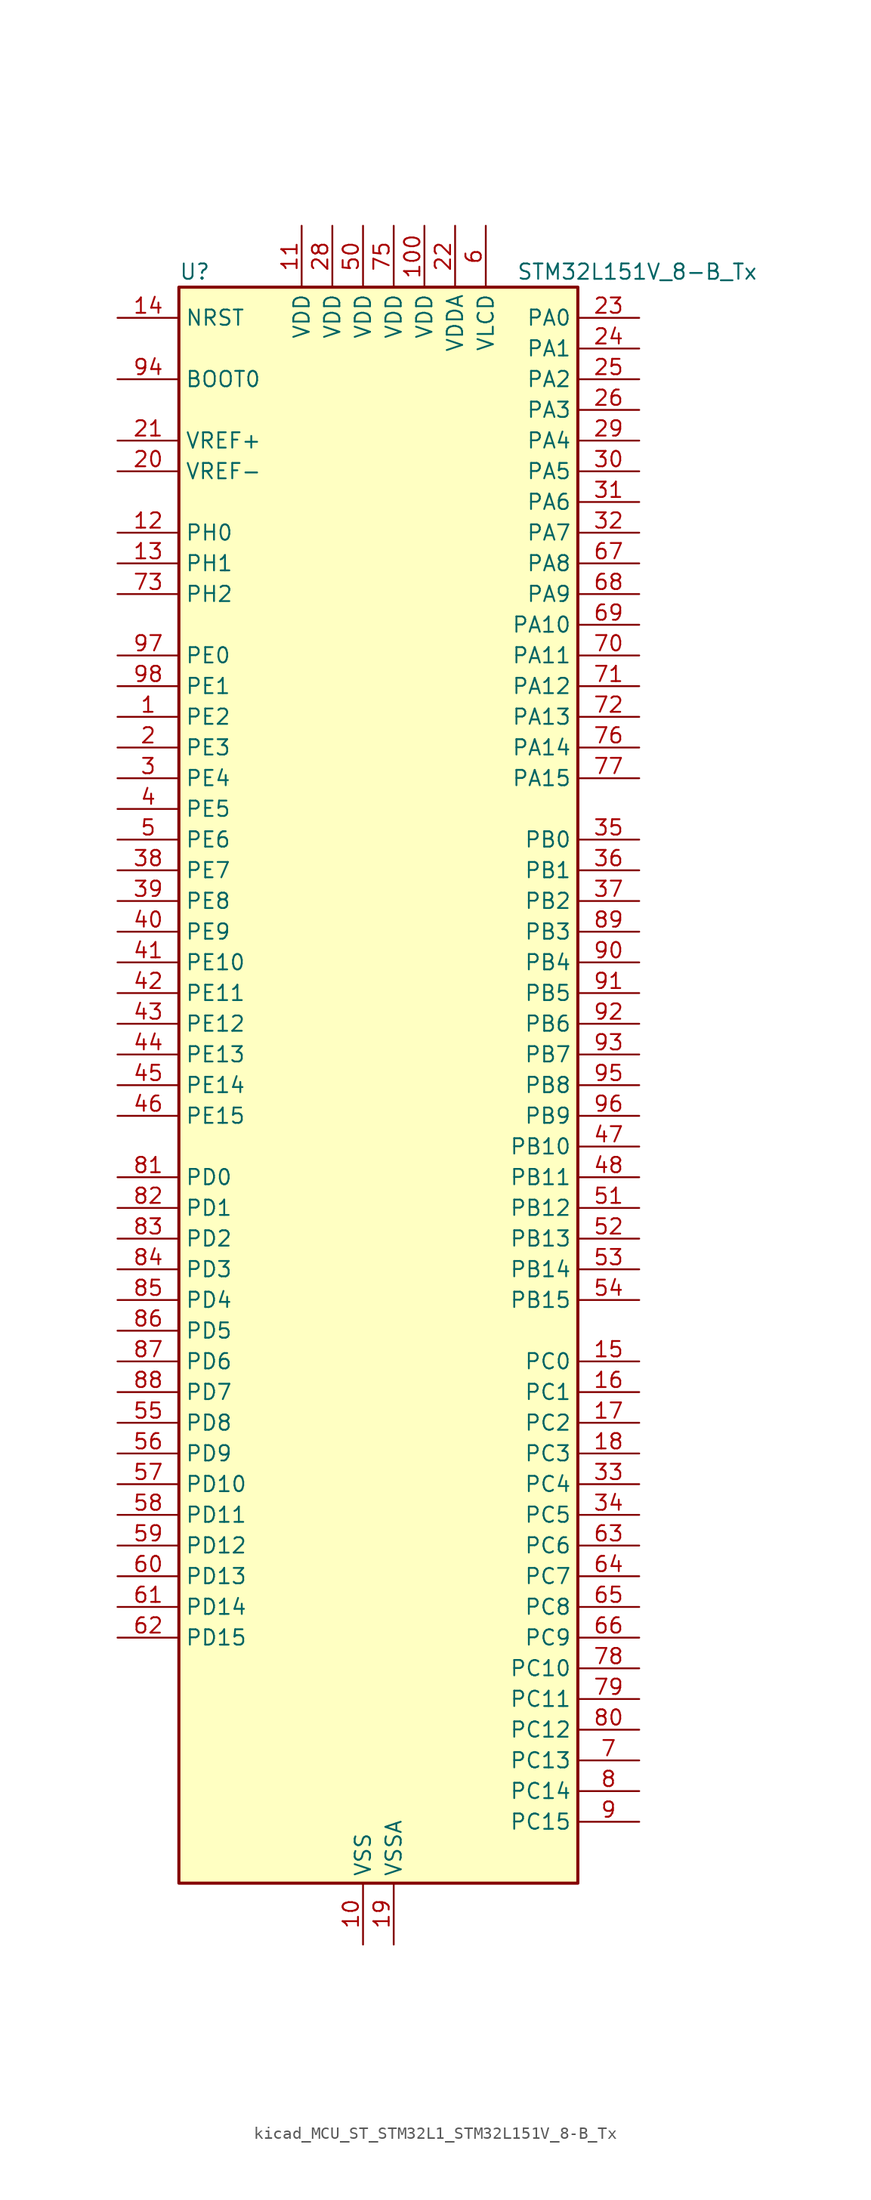
<source format=kicad_sym>
(kicad_symbol_lib
  (version 20220914)
  (generator kicad_symbol_editor)
  (symbol "kicad_MCU_ST_STM32L1_STM32L151V_8-B_Tx"
    (property "Reference" "U"
      (at -15.24 67.31 0)
      (effects (font (size 1.27 1.27)) (justify left)))
    (property "Value" "STM32L151V_8-B_Tx"
      (at 12.7 67.31 0)
      (effects (font (size 1.27 1.27)) (justify left)))
    (property "ki_locked" ""
      (at 0 0 0)
      (effects (font (size 1.27 1.27))))
    (symbol "kicad_MCU_ST_STM32L1_STM32L151V_8-B_Tx_0_1"
      (rectangle (start -15.24 -66.04) (end 17.78 66.04) (stroke (width 0.254) (type default)) (fill (type background))))
    (symbol "kicad_MCU_ST_STM32L1_STM32L151V_8-B_Tx_1_1"
      (pin bidirectional line (at -20.32 30.48 0) (length 5.08) (name "PE2" (effects (font (size 1.27 1.27)))) (number "1" (effects (font (size 1.27 1.27)))) (alternate "SYS_TRACECK" bidirectional line) (alternate "TIM3_ETR" bidirectional line) (alternate "TIMX_IC3" bidirectional line))
      (pin power_in line (at 0 -71.12 90) (length 5.08) (name "VSS" (effects (font (size 1.27 1.27)))) (number "10" (effects (font (size 1.27 1.27)))))
      (pin power_in line (at 5.08 71.12 270) (length 5.08) (name "VDD" (effects (font (size 1.27 1.27)))) (number "100" (effects (font (size 1.27 1.27)))))
      (pin power_in line (at -5.08 71.12 270) (length 5.08) (name "VDD" (effects (font (size 1.27 1.27)))) (number "11" (effects (font (size 1.27 1.27)))))
      (pin bidirectional line (at -20.32 45.72 0) (length 5.08) (name "PH0" (effects (font (size 1.27 1.27)))) (number "12" (effects (font (size 1.27 1.27)))) (alternate "RCC_OSC_IN" bidirectional line))
      (pin bidirectional line (at -20.32 43.18 0) (length 5.08) (name "PH1" (effects (font (size 1.27 1.27)))) (number "13" (effects (font (size 1.27 1.27)))) (alternate "RCC_OSC_OUT" bidirectional line))
      (pin input line (at -20.32 63.5 0) (length 5.08) (name "NRST" (effects (font (size 1.27 1.27)))) (number "14" (effects (font (size 1.27 1.27)))))
      (pin bidirectional line (at 22.86 -22.86 180) (length 5.08) (name "PC0" (effects (font (size 1.27 1.27)))) (number "15" (effects (font (size 1.27 1.27)))) (alternate "ADC_IN10" bidirectional line) (alternate "COMP1_INP" bidirectional line) (alternate "TIMX_IC1" bidirectional line) (alternate "TS_G8_IO1" bidirectional line))
      (pin bidirectional line (at 22.86 -25.4 180) (length 5.08) (name "PC1" (effects (font (size 1.27 1.27)))) (number "16" (effects (font (size 1.27 1.27)))) (alternate "ADC_IN11" bidirectional line) (alternate "COMP1_INP" bidirectional line) (alternate "TIMX_IC2" bidirectional line) (alternate "TS_G8_IO2" bidirectional line))
      (pin bidirectional line (at 22.86 -27.94 180) (length 5.08) (name "PC2" (effects (font (size 1.27 1.27)))) (number "17" (effects (font (size 1.27 1.27)))) (alternate "ADC_IN12" bidirectional line) (alternate "COMP1_INP" bidirectional line) (alternate "TIMX_IC3" bidirectional line) (alternate "TS_G8_IO3" bidirectional line))
      (pin bidirectional line (at 22.86 -30.48 180) (length 5.08) (name "PC3" (effects (font (size 1.27 1.27)))) (number "18" (effects (font (size 1.27 1.27)))) (alternate "ADC_IN13" bidirectional line) (alternate "COMP1_INP" bidirectional line) (alternate "TIMX_IC4" bidirectional line) (alternate "TS_G8_IO4" bidirectional line))
      (pin power_in line (at 2.54 -71.12 90) (length 5.08) (name "VSSA" (effects (font (size 1.27 1.27)))) (number "19" (effects (font (size 1.27 1.27)))))
      (pin bidirectional line (at -20.32 27.94 0) (length 5.08) (name "PE3" (effects (font (size 1.27 1.27)))) (number "2" (effects (font (size 1.27 1.27)))) (alternate "SYS_TRACED0" bidirectional line) (alternate "TIM3_CH1" bidirectional line) (alternate "TIMX_IC4" bidirectional line))
      (pin input line (at -20.32 50.8 0) (length 5.08) (name "VREF-" (effects (font (size 1.27 1.27)))) (number "20" (effects (font (size 1.27 1.27)))))
      (pin input line (at -20.32 53.34 0) (length 5.08) (name "VREF+" (effects (font (size 1.27 1.27)))) (number "21" (effects (font (size 1.27 1.27)))))
      (pin power_in line (at 7.62 71.12 270) (length 5.08) (name "VDDA" (effects (font (size 1.27 1.27)))) (number "22" (effects (font (size 1.27 1.27)))))
      (pin bidirectional line (at 22.86 63.5 180) (length 5.08) (name "PA0" (effects (font (size 1.27 1.27)))) (number "23" (effects (font (size 1.27 1.27)))) (alternate "ADC_IN0" bidirectional line) (alternate "COMP1_INP" bidirectional line) (alternate "SYS_WKUP1" bidirectional line) (alternate "TIM2_CH1" bidirectional line) (alternate "TIM2_ETR" bidirectional line) (alternate "TIMX_IC1" bidirectional line) (alternate "TS_G1_IO1" bidirectional line) (alternate "USART2_CTS" bidirectional line))
      (pin bidirectional line (at 22.86 60.96 180) (length 5.08) (name "PA1" (effects (font (size 1.27 1.27)))) (number "24" (effects (font (size 1.27 1.27)))) (alternate "ADC_IN1" bidirectional line) (alternate "COMP1_INP" bidirectional line) (alternate "TIM2_CH2" bidirectional line) (alternate "TIMX_IC2" bidirectional line) (alternate "TS_G1_IO2" bidirectional line) (alternate "USART2_RTS" bidirectional line))
      (pin bidirectional line (at 22.86 58.42 180) (length 5.08) (name "PA2" (effects (font (size 1.27 1.27)))) (number "25" (effects (font (size 1.27 1.27)))) (alternate "ADC_IN2" bidirectional line) (alternate "COMP1_INP" bidirectional line) (alternate "TIM2_CH3" bidirectional line) (alternate "TIM9_CH1" bidirectional line) (alternate "TIMX_IC3" bidirectional line) (alternate "TS_G1_IO3" bidirectional line) (alternate "USART2_TX" bidirectional line))
      (pin bidirectional line (at 22.86 55.88 180) (length 5.08) (name "PA3" (effects (font (size 1.27 1.27)))) (number "26" (effects (font (size 1.27 1.27)))) (alternate "ADC_IN3" bidirectional line) (alternate "COMP1_INP" bidirectional line) (alternate "TIM2_CH4" bidirectional line) (alternate "TIM9_CH2" bidirectional line) (alternate "TIMX_IC4" bidirectional line) (alternate "TS_G1_IO4" bidirectional line) (alternate "USART2_RX" bidirectional line))
      (pin passive line (at 0 -71.12 90) (length 5.08) hide (name "VSS" (effects (font (size 1.27 1.27)))) (number "27" (effects (font (size 1.27 1.27)))))
      (pin power_in line (at -2.54 71.12 270) (length 5.08) (name "VDD" (effects (font (size 1.27 1.27)))) (number "28" (effects (font (size 1.27 1.27)))))
      (pin bidirectional line (at 22.86 53.34 180) (length 5.08) (name "PA4" (effects (font (size 1.27 1.27)))) (number "29" (effects (font (size 1.27 1.27)))) (alternate "ADC_IN4" bidirectional line) (alternate "COMP1_INP" bidirectional line) (alternate "DAC_OUT1" bidirectional line) (alternate "SPI1_NSS" bidirectional line) (alternate "TIMX_IC1" bidirectional line) (alternate "USART2_CK" bidirectional line))
      (pin bidirectional line (at -20.32 25.4 0) (length 5.08) (name "PE4" (effects (font (size 1.27 1.27)))) (number "3" (effects (font (size 1.27 1.27)))) (alternate "SYS_TRACED1" bidirectional line) (alternate "TIM3_CH2" bidirectional line) (alternate "TIMX_IC1" bidirectional line))
      (pin bidirectional line (at 22.86 50.8 180) (length 5.08) (name "PA5" (effects (font (size 1.27 1.27)))) (number "30" (effects (font (size 1.27 1.27)))) (alternate "ADC_IN5" bidirectional line) (alternate "COMP1_INP" bidirectional line) (alternate "DAC_OUT2" bidirectional line) (alternate "SPI1_SCK" bidirectional line) (alternate "TIM2_CH1" bidirectional line) (alternate "TIM2_ETR" bidirectional line) (alternate "TIMX_IC2" bidirectional line))
      (pin bidirectional line (at 22.86 48.26 180) (length 5.08) (name "PA6" (effects (font (size 1.27 1.27)))) (number "31" (effects (font (size 1.27 1.27)))) (alternate "ADC_IN6" bidirectional line) (alternate "COMP1_INP" bidirectional line) (alternate "SPI1_MISO" bidirectional line) (alternate "TIM10_CH1" bidirectional line) (alternate "TIM3_CH1" bidirectional line) (alternate "TIMX_IC3" bidirectional line) (alternate "TS_G2_IO1" bidirectional line))
      (pin bidirectional line (at 22.86 45.72 180) (length 5.08) (name "PA7" (effects (font (size 1.27 1.27)))) (number "32" (effects (font (size 1.27 1.27)))) (alternate "ADC_IN7" bidirectional line) (alternate "COMP1_INP" bidirectional line) (alternate "SPI1_MOSI" bidirectional line) (alternate "TIM11_CH1" bidirectional line) (alternate "TIM3_CH2" bidirectional line) (alternate "TIMX_IC4" bidirectional line) (alternate "TS_G2_IO2" bidirectional line))
      (pin bidirectional line (at 22.86 -33.02 180) (length 5.08) (name "PC4" (effects (font (size 1.27 1.27)))) (number "33" (effects (font (size 1.27 1.27)))) (alternate "ADC_IN14" bidirectional line) (alternate "COMP1_INP" bidirectional line) (alternate "TIMX_IC1" bidirectional line) (alternate "TS_G9_IO1" bidirectional line))
      (pin bidirectional line (at 22.86 -35.56 180) (length 5.08) (name "PC5" (effects (font (size 1.27 1.27)))) (number "34" (effects (font (size 1.27 1.27)))) (alternate "ADC_IN15" bidirectional line) (alternate "COMP1_INP" bidirectional line) (alternate "TIMX_IC2" bidirectional line) (alternate "TS_G9_IO2" bidirectional line))
      (pin bidirectional line (at 22.86 20.32 180) (length 5.08) (name "PB0" (effects (font (size 1.27 1.27)))) (number "35" (effects (font (size 1.27 1.27)))) (alternate "ADC_IN8" bidirectional line) (alternate "COMP1_INP" bidirectional line) (alternate "SYS_V_REF_OUT" bidirectional line) (alternate "TIM3_CH3" bidirectional line) (alternate "TS_G3_IO1" bidirectional line))
      (pin bidirectional line (at 22.86 17.78 180) (length 5.08) (name "PB1" (effects (font (size 1.27 1.27)))) (number "36" (effects (font (size 1.27 1.27)))) (alternate "ADC_IN9" bidirectional line) (alternate "COMP1_INP" bidirectional line) (alternate "SYS_V_REF_OUT" bidirectional line) (alternate "TIM3_CH4" bidirectional line) (alternate "TS_G3_IO2" bidirectional line))
      (pin bidirectional line (at 22.86 15.24 180) (length 5.08) (name "PB2" (effects (font (size 1.27 1.27)))) (number "37" (effects (font (size 1.27 1.27)))))
      (pin bidirectional line (at -20.32 17.78 0) (length 5.08) (name "PE7" (effects (font (size 1.27 1.27)))) (number "38" (effects (font (size 1.27 1.27)))) (alternate "ADC_IN22" bidirectional line) (alternate "COMP1_INP" bidirectional line) (alternate "TIMX_IC4" bidirectional line))
      (pin bidirectional line (at -20.32 15.24 0) (length 5.08) (name "PE8" (effects (font (size 1.27 1.27)))) (number "39" (effects (font (size 1.27 1.27)))) (alternate "ADC_IN23" bidirectional line) (alternate "COMP1_INP" bidirectional line) (alternate "TIMX_IC1" bidirectional line))
      (pin bidirectional line (at -20.32 22.86 0) (length 5.08) (name "PE5" (effects (font (size 1.27 1.27)))) (number "4" (effects (font (size 1.27 1.27)))) (alternate "SYS_TRACED2" bidirectional line) (alternate "TIM9_CH1" bidirectional line) (alternate "TIMX_IC2" bidirectional line))
      (pin bidirectional line (at -20.32 12.7 0) (length 5.08) (name "PE9" (effects (font (size 1.27 1.27)))) (number "40" (effects (font (size 1.27 1.27)))) (alternate "ADC_IN24" bidirectional line) (alternate "COMP1_INP" bidirectional line) (alternate "DAC_EXTI9" bidirectional line) (alternate "TIM2_CH1" bidirectional line) (alternate "TIM2_ETR" bidirectional line) (alternate "TIMX_IC2" bidirectional line))
      (pin bidirectional line (at -20.32 10.16 0) (length 5.08) (name "PE10" (effects (font (size 1.27 1.27)))) (number "41" (effects (font (size 1.27 1.27)))) (alternate "ADC_IN25" bidirectional line) (alternate "COMP1_INP" bidirectional line) (alternate "TIM2_CH2" bidirectional line) (alternate "TIMX_IC3" bidirectional line))
      (pin bidirectional line (at -20.32 7.62 0) (length 5.08) (name "PE11" (effects (font (size 1.27 1.27)))) (number "42" (effects (font (size 1.27 1.27)))) (alternate "ADC_EXTI11" bidirectional line) (alternate "TIM2_CH3" bidirectional line) (alternate "TIMX_IC4" bidirectional line))
      (pin bidirectional line (at -20.32 5.08 0) (length 5.08) (name "PE12" (effects (font (size 1.27 1.27)))) (number "43" (effects (font (size 1.27 1.27)))) (alternate "SPI1_NSS" bidirectional line) (alternate "TIM2_CH4" bidirectional line) (alternate "TIMX_IC1" bidirectional line))
      (pin bidirectional line (at -20.32 2.54 0) (length 5.08) (name "PE13" (effects (font (size 1.27 1.27)))) (number "44" (effects (font (size 1.27 1.27)))) (alternate "SPI1_SCK" bidirectional line) (alternate "TIMX_IC2" bidirectional line))
      (pin bidirectional line (at -20.32 0 0) (length 5.08) (name "PE14" (effects (font (size 1.27 1.27)))) (number "45" (effects (font (size 1.27 1.27)))) (alternate "SPI1_MISO" bidirectional line) (alternate "TIMX_IC3" bidirectional line))
      (pin bidirectional line (at -20.32 -2.54 0) (length 5.08) (name "PE15" (effects (font (size 1.27 1.27)))) (number "46" (effects (font (size 1.27 1.27)))) (alternate "ADC_EXTI15" bidirectional line) (alternate "SPI1_MOSI" bidirectional line) (alternate "TIMX_IC4" bidirectional line))
      (pin bidirectional line (at 22.86 -5.08 180) (length 5.08) (name "PB10" (effects (font (size 1.27 1.27)))) (number "47" (effects (font (size 1.27 1.27)))) (alternate "I2C2_SCL" bidirectional line) (alternate "TIM2_CH3" bidirectional line) (alternate "USART3_TX" bidirectional line))
      (pin bidirectional line (at 22.86 -7.62 180) (length 5.08) (name "PB11" (effects (font (size 1.27 1.27)))) (number "48" (effects (font (size 1.27 1.27)))) (alternate "ADC_EXTI11" bidirectional line) (alternate "I2C2_SDA" bidirectional line) (alternate "TIM2_CH4" bidirectional line) (alternate "USART3_RX" bidirectional line))
      (pin passive line (at 0 -71.12 90) (length 5.08) hide (name "VSS" (effects (font (size 1.27 1.27)))) (number "49" (effects (font (size 1.27 1.27)))))
      (pin bidirectional line (at -20.32 20.32 0) (length 5.08) (name "PE6" (effects (font (size 1.27 1.27)))) (number "5" (effects (font (size 1.27 1.27)))) (alternate "SYS_TRACED3" bidirectional line) (alternate "SYS_WKUP3" bidirectional line) (alternate "TIM9_CH2" bidirectional line) (alternate "TIMX_IC3" bidirectional line))
      (pin power_in line (at 0 71.12 270) (length 5.08) (name "VDD" (effects (font (size 1.27 1.27)))) (number "50" (effects (font (size 1.27 1.27)))))
      (pin bidirectional line (at 22.86 -10.16 180) (length 5.08) (name "PB12" (effects (font (size 1.27 1.27)))) (number "51" (effects (font (size 1.27 1.27)))) (alternate "ADC_IN18" bidirectional line) (alternate "COMP1_INP" bidirectional line) (alternate "I2C2_SMBA" bidirectional line) (alternate "SPI2_NSS" bidirectional line) (alternate "TIM10_CH1" bidirectional line) (alternate "TS_G7_IO1" bidirectional line) (alternate "USART3_CK" bidirectional line))
      (pin bidirectional line (at 22.86 -12.7 180) (length 5.08) (name "PB13" (effects (font (size 1.27 1.27)))) (number "52" (effects (font (size 1.27 1.27)))) (alternate "ADC_IN19" bidirectional line) (alternate "COMP1_INP" bidirectional line) (alternate "SPI2_SCK" bidirectional line) (alternate "TIM9_CH1" bidirectional line) (alternate "TS_G7_IO2" bidirectional line) (alternate "USART3_CTS" bidirectional line))
      (pin bidirectional line (at 22.86 -15.24 180) (length 5.08) (name "PB14" (effects (font (size 1.27 1.27)))) (number "53" (effects (font (size 1.27 1.27)))) (alternate "ADC_IN20" bidirectional line) (alternate "COMP1_INP" bidirectional line) (alternate "SPI2_MISO" bidirectional line) (alternate "TIM9_CH2" bidirectional line) (alternate "TS_G7_IO3" bidirectional line) (alternate "USART3_RTS" bidirectional line))
      (pin bidirectional line (at 22.86 -17.78 180) (length 5.08) (name "PB15" (effects (font (size 1.27 1.27)))) (number "54" (effects (font (size 1.27 1.27)))) (alternate "ADC_EXTI15" bidirectional line) (alternate "ADC_IN21" bidirectional line) (alternate "COMP1_INP" bidirectional line) (alternate "RTC_REFIN" bidirectional line) (alternate "SPI2_MOSI" bidirectional line) (alternate "TIM11_CH1" bidirectional line) (alternate "TS_G7_IO4" bidirectional line))
      (pin bidirectional line (at -20.32 -27.94 0) (length 5.08) (name "PD8" (effects (font (size 1.27 1.27)))) (number "55" (effects (font (size 1.27 1.27)))) (alternate "TIMX_IC1" bidirectional line) (alternate "USART3_TX" bidirectional line))
      (pin bidirectional line (at -20.32 -30.48 0) (length 5.08) (name "PD9" (effects (font (size 1.27 1.27)))) (number "56" (effects (font (size 1.27 1.27)))) (alternate "DAC_EXTI9" bidirectional line) (alternate "TIMX_IC2" bidirectional line) (alternate "USART3_RX" bidirectional line))
      (pin bidirectional line (at -20.32 -33.02 0) (length 5.08) (name "PD10" (effects (font (size 1.27 1.27)))) (number "57" (effects (font (size 1.27 1.27)))) (alternate "TIMX_IC3" bidirectional line) (alternate "USART3_CK" bidirectional line))
      (pin bidirectional line (at -20.32 -35.56 0) (length 5.08) (name "PD11" (effects (font (size 1.27 1.27)))) (number "58" (effects (font (size 1.27 1.27)))) (alternate "ADC_EXTI11" bidirectional line) (alternate "TIMX_IC4" bidirectional line) (alternate "USART3_CTS" bidirectional line))
      (pin bidirectional line (at -20.32 -38.1 0) (length 5.08) (name "PD12" (effects (font (size 1.27 1.27)))) (number "59" (effects (font (size 1.27 1.27)))) (alternate "TIM4_CH1" bidirectional line) (alternate "TIMX_IC1" bidirectional line) (alternate "USART3_RTS" bidirectional line))
      (pin power_in line (at 10.16 71.12 270) (length 5.08) (name "VLCD" (effects (font (size 1.27 1.27)))) (number "6" (effects (font (size 1.27 1.27)))))
      (pin bidirectional line (at -20.32 -40.64 0) (length 5.08) (name "PD13" (effects (font (size 1.27 1.27)))) (number "60" (effects (font (size 1.27 1.27)))) (alternate "TIM4_CH2" bidirectional line) (alternate "TIMX_IC2" bidirectional line))
      (pin bidirectional line (at -20.32 -43.18 0) (length 5.08) (name "PD14" (effects (font (size 1.27 1.27)))) (number "61" (effects (font (size 1.27 1.27)))) (alternate "TIM4_CH3" bidirectional line) (alternate "TIMX_IC3" bidirectional line))
      (pin bidirectional line (at -20.32 -45.72 0) (length 5.08) (name "PD15" (effects (font (size 1.27 1.27)))) (number "62" (effects (font (size 1.27 1.27)))) (alternate "ADC_EXTI15" bidirectional line) (alternate "TIM4_CH4" bidirectional line) (alternate "TIMX_IC4" bidirectional line))
      (pin bidirectional line (at 22.86 -38.1 180) (length 5.08) (name "PC6" (effects (font (size 1.27 1.27)))) (number "63" (effects (font (size 1.27 1.27)))) (alternate "TIM3_CH1" bidirectional line) (alternate "TIMX_IC3" bidirectional line) (alternate "TS_G10_IO1" bidirectional line))
      (pin bidirectional line (at 22.86 -40.64 180) (length 5.08) (name "PC7" (effects (font (size 1.27 1.27)))) (number "64" (effects (font (size 1.27 1.27)))) (alternate "TIM3_CH2" bidirectional line) (alternate "TIMX_IC4" bidirectional line) (alternate "TS_G10_IO2" bidirectional line))
      (pin bidirectional line (at 22.86 -43.18 180) (length 5.08) (name "PC8" (effects (font (size 1.27 1.27)))) (number "65" (effects (font (size 1.27 1.27)))) (alternate "TIM3_CH3" bidirectional line) (alternate "TIMX_IC1" bidirectional line) (alternate "TS_G10_IO3" bidirectional line))
      (pin bidirectional line (at 22.86 -45.72 180) (length 5.08) (name "PC9" (effects (font (size 1.27 1.27)))) (number "66" (effects (font (size 1.27 1.27)))) (alternate "DAC_EXTI9" bidirectional line) (alternate "TIM3_CH4" bidirectional line) (alternate "TIMX_IC2" bidirectional line) (alternate "TS_G10_IO4" bidirectional line))
      (pin bidirectional line (at 22.86 43.18 180) (length 5.08) (name "PA8" (effects (font (size 1.27 1.27)))) (number "67" (effects (font (size 1.27 1.27)))) (alternate "RCC_MCO" bidirectional line) (alternate "TIMX_IC1" bidirectional line) (alternate "TS_G4_IO1" bidirectional line) (alternate "USART1_CK" bidirectional line))
      (pin bidirectional line (at 22.86 40.64 180) (length 5.08) (name "PA9" (effects (font (size 1.27 1.27)))) (number "68" (effects (font (size 1.27 1.27)))) (alternate "DAC_EXTI9" bidirectional line) (alternate "TIMX_IC2" bidirectional line) (alternate "TS_G4_IO2" bidirectional line) (alternate "USART1_TX" bidirectional line))
      (pin bidirectional line (at 22.86 38.1 180) (length 5.08) (name "PA10" (effects (font (size 1.27 1.27)))) (number "69" (effects (font (size 1.27 1.27)))) (alternate "TIMX_IC3" bidirectional line) (alternate "TS_G4_IO3" bidirectional line) (alternate "USART1_RX" bidirectional line))
      (pin bidirectional line (at 22.86 -55.88 180) (length 5.08) (name "PC13" (effects (font (size 1.27 1.27)))) (number "7" (effects (font (size 1.27 1.27)))) (alternate "RTC_OUT_ALARM" bidirectional line) (alternate "RTC_OUT_CALIB" bidirectional line) (alternate "RTC_TAMP1" bidirectional line) (alternate "RTC_TS" bidirectional line) (alternate "SYS_WKUP2" bidirectional line) (alternate "TIMX_IC2" bidirectional line))
      (pin bidirectional line (at 22.86 35.56 180) (length 5.08) (name "PA11" (effects (font (size 1.27 1.27)))) (number "70" (effects (font (size 1.27 1.27)))) (alternate "ADC_EXTI11" bidirectional line) (alternate "SPI1_MISO" bidirectional line) (alternate "TIMX_IC4" bidirectional line) (alternate "USART1_CTS" bidirectional line) (alternate "USB_DM" bidirectional line))
      (pin bidirectional line (at 22.86 33.02 180) (length 5.08) (name "PA12" (effects (font (size 1.27 1.27)))) (number "71" (effects (font (size 1.27 1.27)))) (alternate "SPI1_MOSI" bidirectional line) (alternate "TIMX_IC1" bidirectional line) (alternate "USART1_RTS" bidirectional line) (alternate "USB_DP" bidirectional line))
      (pin bidirectional line (at 22.86 30.48 180) (length 5.08) (name "PA13" (effects (font (size 1.27 1.27)))) (number "72" (effects (font (size 1.27 1.27)))) (alternate "SYS_JTMS-SWDIO" bidirectional line) (alternate "TIMX_IC2" bidirectional line) (alternate "TS_G5_IO1" bidirectional line))
      (pin bidirectional line (at -20.32 40.64 0) (length 5.08) (name "PH2" (effects (font (size 1.27 1.27)))) (number "73" (effects (font (size 1.27 1.27)))))
      (pin passive line (at 0 -71.12 90) (length 5.08) hide (name "VSS" (effects (font (size 1.27 1.27)))) (number "74" (effects (font (size 1.27 1.27)))))
      (pin power_in line (at 2.54 71.12 270) (length 5.08) (name "VDD" (effects (font (size 1.27 1.27)))) (number "75" (effects (font (size 1.27 1.27)))))
      (pin bidirectional line (at 22.86 27.94 180) (length 5.08) (name "PA14" (effects (font (size 1.27 1.27)))) (number "76" (effects (font (size 1.27 1.27)))) (alternate "SYS_JTCK-SWCLK" bidirectional line) (alternate "TIMX_IC3" bidirectional line) (alternate "TS_G5_IO2" bidirectional line))
      (pin bidirectional line (at 22.86 25.4 180) (length 5.08) (name "PA15" (effects (font (size 1.27 1.27)))) (number "77" (effects (font (size 1.27 1.27)))) (alternate "ADC_EXTI15" bidirectional line) (alternate "SPI1_NSS" bidirectional line) (alternate "SYS_JTDI" bidirectional line) (alternate "TIM2_CH1" bidirectional line) (alternate "TIM2_ETR" bidirectional line) (alternate "TIMX_IC4" bidirectional line) (alternate "TS_G5_IO3" bidirectional line))
      (pin bidirectional line (at 22.86 -48.26 180) (length 5.08) (name "PC10" (effects (font (size 1.27 1.27)))) (number "78" (effects (font (size 1.27 1.27)))) (alternate "TIMX_IC3" bidirectional line) (alternate "USART3_TX" bidirectional line))
      (pin bidirectional line (at 22.86 -50.8 180) (length 5.08) (name "PC11" (effects (font (size 1.27 1.27)))) (number "79" (effects (font (size 1.27 1.27)))) (alternate "ADC_EXTI11" bidirectional line) (alternate "TIMX_IC4" bidirectional line) (alternate "USART3_RX" bidirectional line))
      (pin bidirectional line (at 22.86 -58.42 180) (length 5.08) (name "PC14" (effects (font (size 1.27 1.27)))) (number "8" (effects (font (size 1.27 1.27)))) (alternate "RCC_OSC32_IN" bidirectional line) (alternate "TIMX_IC3" bidirectional line))
      (pin bidirectional line (at 22.86 -53.34 180) (length 5.08) (name "PC12" (effects (font (size 1.27 1.27)))) (number "80" (effects (font (size 1.27 1.27)))) (alternate "TIMX_IC1" bidirectional line) (alternate "USART3_CK" bidirectional line))
      (pin bidirectional line (at -20.32 -7.62 0) (length 5.08) (name "PD0" (effects (font (size 1.27 1.27)))) (number "81" (effects (font (size 1.27 1.27)))) (alternate "SPI2_NSS" bidirectional line) (alternate "TIM9_CH1" bidirectional line) (alternate "TIMX_IC1" bidirectional line))
      (pin bidirectional line (at -20.32 -10.16 0) (length 5.08) (name "PD1" (effects (font (size 1.27 1.27)))) (number "82" (effects (font (size 1.27 1.27)))) (alternate "SPI2_SCK" bidirectional line) (alternate "TIMX_IC2" bidirectional line))
      (pin bidirectional line (at -20.32 -12.7 0) (length 5.08) (name "PD2" (effects (font (size 1.27 1.27)))) (number "83" (effects (font (size 1.27 1.27)))) (alternate "TIM3_ETR" bidirectional line) (alternate "TIMX_IC3" bidirectional line))
      (pin bidirectional line (at -20.32 -15.24 0) (length 5.08) (name "PD3" (effects (font (size 1.27 1.27)))) (number "84" (effects (font (size 1.27 1.27)))) (alternate "SPI2_MISO" bidirectional line) (alternate "TIMX_IC4" bidirectional line) (alternate "USART2_CTS" bidirectional line))
      (pin bidirectional line (at -20.32 -17.78 0) (length 5.08) (name "PD4" (effects (font (size 1.27 1.27)))) (number "85" (effects (font (size 1.27 1.27)))) (alternate "SPI2_MOSI" bidirectional line) (alternate "TIMX_IC1" bidirectional line) (alternate "USART2_RTS" bidirectional line))
      (pin bidirectional line (at -20.32 -20.32 0) (length 5.08) (name "PD5" (effects (font (size 1.27 1.27)))) (number "86" (effects (font (size 1.27 1.27)))) (alternate "TIMX_IC2" bidirectional line) (alternate "USART2_TX" bidirectional line))
      (pin bidirectional line (at -20.32 -22.86 0) (length 5.08) (name "PD6" (effects (font (size 1.27 1.27)))) (number "87" (effects (font (size 1.27 1.27)))) (alternate "TIMX_IC3" bidirectional line) (alternate "USART2_RX" bidirectional line))
      (pin bidirectional line (at -20.32 -25.4 0) (length 5.08) (name "PD7" (effects (font (size 1.27 1.27)))) (number "88" (effects (font (size 1.27 1.27)))) (alternate "TIM9_CH2" bidirectional line) (alternate "TIMX_IC4" bidirectional line) (alternate "USART2_CK" bidirectional line))
      (pin bidirectional line (at 22.86 12.7 180) (length 5.08) (name "PB3" (effects (font (size 1.27 1.27)))) (number "89" (effects (font (size 1.27 1.27)))) (alternate "COMP2_INM" bidirectional line) (alternate "SPI1_SCK" bidirectional line) (alternate "SYS_JTDO-TRACESWO" bidirectional line) (alternate "TIM2_CH2" bidirectional line))
      (pin bidirectional line (at 22.86 -60.96 180) (length 5.08) (name "PC15" (effects (font (size 1.27 1.27)))) (number "9" (effects (font (size 1.27 1.27)))) (alternate "ADC_EXTI15" bidirectional line) (alternate "RCC_OSC32_OUT" bidirectional line) (alternate "TIMX_IC4" bidirectional line))
      (pin bidirectional line (at 22.86 10.16 180) (length 5.08) (name "PB4" (effects (font (size 1.27 1.27)))) (number "90" (effects (font (size 1.27 1.27)))) (alternate "COMP2_INP" bidirectional line) (alternate "SPI1_MISO" bidirectional line) (alternate "SYS_JTRST" bidirectional line) (alternate "TIM3_CH1" bidirectional line) (alternate "TS_G6_IO1" bidirectional line))
      (pin bidirectional line (at 22.86 7.62 180) (length 5.08) (name "PB5" (effects (font (size 1.27 1.27)))) (number "91" (effects (font (size 1.27 1.27)))) (alternate "COMP2_INP" bidirectional line) (alternate "I2C1_SMBA" bidirectional line) (alternate "SPI1_MOSI" bidirectional line) (alternate "TIM3_CH2" bidirectional line) (alternate "TS_G6_IO2" bidirectional line))
      (pin bidirectional line (at 22.86 5.08 180) (length 5.08) (name "PB6" (effects (font (size 1.27 1.27)))) (number "92" (effects (font (size 1.27 1.27)))) (alternate "I2C1_SCL" bidirectional line) (alternate "TIM4_CH1" bidirectional line) (alternate "USART1_TX" bidirectional line))
      (pin bidirectional line (at 22.86 2.54 180) (length 5.08) (name "PB7" (effects (font (size 1.27 1.27)))) (number "93" (effects (font (size 1.27 1.27)))) (alternate "I2C1_SDA" bidirectional line) (alternate "SYS_PVD_IN" bidirectional line) (alternate "TIM4_CH2" bidirectional line) (alternate "USART1_RX" bidirectional line))
      (pin input line (at -20.32 58.42 0) (length 5.08) (name "BOOT0" (effects (font (size 1.27 1.27)))) (number "94" (effects (font (size 1.27 1.27)))))
      (pin bidirectional line (at 22.86 0 180) (length 5.08) (name "PB8" (effects (font (size 1.27 1.27)))) (number "95" (effects (font (size 1.27 1.27)))) (alternate "I2C1_SCL" bidirectional line) (alternate "TIM10_CH1" bidirectional line) (alternate "TIM4_CH3" bidirectional line))
      (pin bidirectional line (at 22.86 -2.54 180) (length 5.08) (name "PB9" (effects (font (size 1.27 1.27)))) (number "96" (effects (font (size 1.27 1.27)))) (alternate "DAC_EXTI9" bidirectional line) (alternate "I2C1_SDA" bidirectional line) (alternate "TIM11_CH1" bidirectional line) (alternate "TIM4_CH4" bidirectional line))
      (pin bidirectional line (at -20.32 35.56 0) (length 5.08) (name "PE0" (effects (font (size 1.27 1.27)))) (number "97" (effects (font (size 1.27 1.27)))) (alternate "TIM10_CH1" bidirectional line) (alternate "TIM4_ETR" bidirectional line) (alternate "TIMX_IC1" bidirectional line))
      (pin bidirectional line (at -20.32 33.02 0) (length 5.08) (name "PE1" (effects (font (size 1.27 1.27)))) (number "98" (effects (font (size 1.27 1.27)))) (alternate "TIM11_CH1" bidirectional line) (alternate "TIMX_IC2" bidirectional line))
      (pin passive line (at 0 -71.12 90) (length 5.08) hide (name "VSS" (effects (font (size 1.27 1.27)))) (number "99" (effects (font (size 1.27 1.27))))))))
</source>
